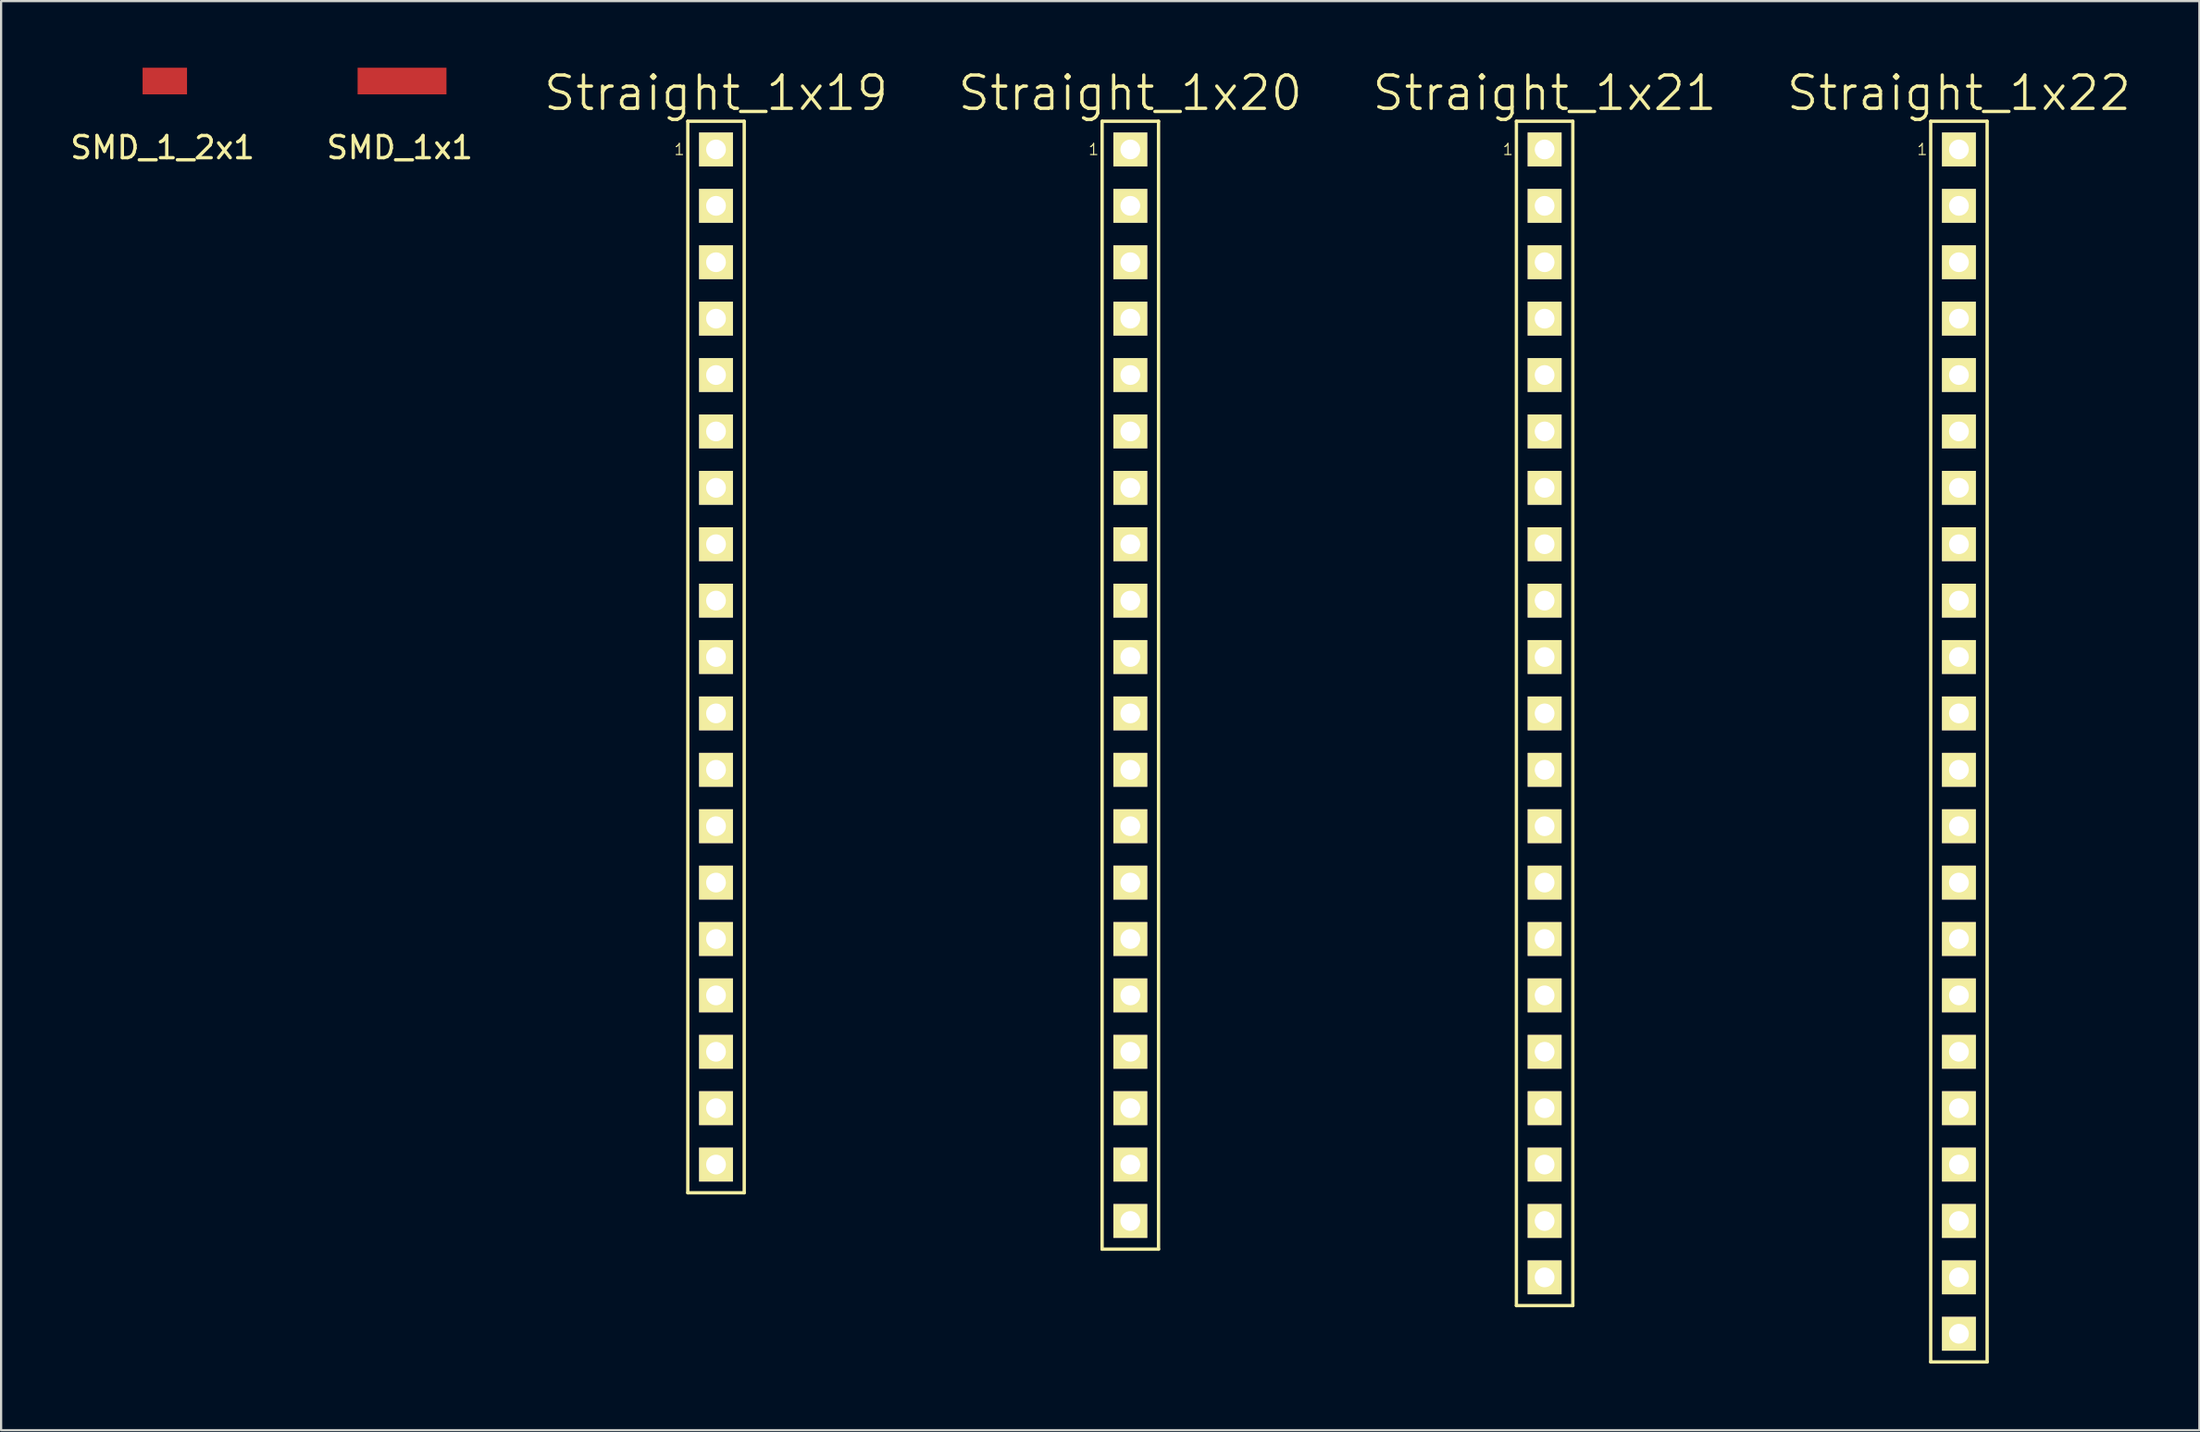
<source format=kicad_pcb>
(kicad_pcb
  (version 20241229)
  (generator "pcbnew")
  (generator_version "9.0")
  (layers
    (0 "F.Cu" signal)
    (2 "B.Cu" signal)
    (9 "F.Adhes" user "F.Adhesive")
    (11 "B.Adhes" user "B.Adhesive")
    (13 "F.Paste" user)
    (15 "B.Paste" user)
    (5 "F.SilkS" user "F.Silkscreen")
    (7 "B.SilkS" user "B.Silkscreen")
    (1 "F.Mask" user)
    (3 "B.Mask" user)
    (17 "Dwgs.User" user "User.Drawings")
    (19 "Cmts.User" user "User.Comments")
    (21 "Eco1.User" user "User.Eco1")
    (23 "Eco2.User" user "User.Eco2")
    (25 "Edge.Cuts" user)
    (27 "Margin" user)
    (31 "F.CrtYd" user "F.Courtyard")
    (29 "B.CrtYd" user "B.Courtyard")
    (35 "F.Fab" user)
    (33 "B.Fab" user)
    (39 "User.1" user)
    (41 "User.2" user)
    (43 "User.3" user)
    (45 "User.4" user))
  (footprint "SMD_1_2x1"
    (layer "F.Cu")
    (at 4.369 0.6)
    (property "Reference" "SMD_1_2x1" (at -0.102 2.997 0) (layer "F.SilkS") (effects (font (size 1 1) (thickness 0.15))))
    (attr through_hole)
    (pad "1" smd rect (at 0 0) (size 2 1.2) (layers "F.Cu" "F.Mask" "F.Paste")))
  (footprint "Straight_1x22"
    (layer "F.Cu")
    (at 85.132 30.351)
    (property "Reference" "Straight_1x22" (at 0 -29.21 0) (layer "F.SilkS") (effects (font (size 1.5 1.5) (thickness 0.15))))
    (attr through_hole)
    (fp_line (start -1.27 -27.94) (end 1.27 -27.94) (stroke (width 0.15) (type solid)) (layer "F.SilkS"))
    (fp_line (start -1.27 27.94) (end -1.27 -27.94) (stroke (width 0.15) (type solid)) (layer "F.SilkS"))
    (fp_line (start 1.27 -27.94) (end 1.27 27.94) (stroke (width 0.15) (type solid)) (layer "F.SilkS"))
    (fp_line (start 1.27 27.94) (end -1.27 27.94) (stroke (width 0.15) (type solid)) (layer "F.SilkS"))
    (fp_text user "1" (at -1.651 -26.67 0) (layer "F.SilkS") (effects (font (size 0.5 0.5) (thickness 0.05))))
    (pad "1" thru_hole rect (at 0 -26.67) (size 1.524 1.524) (drill 0.889) (layers "*.Cu" "*.Mask" "F.SilkS"))
    (pad "2" thru_hole rect (at 0 -24.13) (size 1.524 1.524) (drill 0.889) (layers "*.Cu" "*.Mask" "F.SilkS"))
    (pad "3" thru_hole rect (at 0 -21.59) (size 1.524 1.524) (drill 0.889) (layers "*.Cu" "*.Mask" "F.SilkS"))
    (pad "4" thru_hole rect (at 0 -19.05) (size 1.524 1.524) (drill 0.889) (layers "*.Cu" "*.Mask" "F.SilkS"))
    (pad "5" thru_hole rect (at 0 -16.51) (size 1.524 1.524) (drill 0.889) (layers "*.Cu" "*.Mask" "F.SilkS"))
    (pad "6" thru_hole rect (at 0 -13.97) (size 1.524 1.524) (drill 0.889) (layers "*.Cu" "*.Mask" "F.SilkS"))
    (pad "7" thru_hole rect (at 0 -11.43) (size 1.524 1.524) (drill 0.889) (layers "*.Cu" "*.Mask" "F.SilkS"))
    (pad "8" thru_hole rect (at 0 -8.89) (size 1.524 1.524) (drill 0.889) (layers "*.Cu" "*.Mask" "F.SilkS"))
    (pad "9" thru_hole rect (at 0 -6.35) (size 1.524 1.524) (drill 0.889) (layers "*.Cu" "*.Mask" "F.SilkS"))
    (pad "10" thru_hole rect (at 0 -3.81) (size 1.524 1.524) (drill 0.889) (layers "*.Cu" "*.Mask" "F.SilkS"))
    (pad "11" thru_hole rect (at 0 -1.27) (size 1.524 1.524) (drill 0.889) (layers "*.Cu" "*.Mask" "F.SilkS"))
    (pad "12" thru_hole rect (at 0 1.27) (size 1.524 1.524) (drill 0.889) (layers "*.Cu" "*.Mask" "F.SilkS"))
    (pad "13" thru_hole rect (at 0 3.81) (size 1.524 1.524) (drill 0.889) (layers "*.Cu" "*.Mask" "F.SilkS"))
    (pad "14" thru_hole rect (at 0 6.35) (size 1.524 1.524) (drill 0.889) (layers "*.Cu" "*.Mask" "F.SilkS"))
    (pad "15" thru_hole rect (at 0 8.89) (size 1.524 1.524) (drill 0.889) (layers "*.Cu" "*.Mask" "F.SilkS"))
    (pad "16" thru_hole rect (at 0 11.43) (size 1.524 1.524) (drill 0.889) (layers "*.Cu" "*.Mask" "F.SilkS"))
    (pad "17" thru_hole rect (at 0 13.97) (size 1.524 1.524) (drill 0.889) (layers "*.Cu" "*.Mask" "F.SilkS"))
    (pad "18" thru_hole rect (at 0 16.51) (size 1.524 1.524) (drill 0.889) (layers "*.Cu" "*.Mask" "F.SilkS"))
    (pad "19" thru_hole rect (at 0 19.05) (size 1.524 1.524) (drill 0.889) (layers "*.Cu" "*.Mask" "F.SilkS"))
    (pad "20" thru_hole rect (at 0 21.59) (size 1.524 1.524) (drill 0.889) (layers "*.Cu" "*.Mask" "F.SilkS"))
    (pad "21" thru_hole rect (at 0 24.13) (size 1.524 1.524) (drill 0.889) (layers "*.Cu" "*.Mask" "F.SilkS"))
    (pad "22" thru_hole rect (at 0 26.67) (size 1.524 1.524) (drill 0.889) (layers "*.Cu" "*.Mask" "F.SilkS")))
  (footprint "Straight_1x19"
    (layer "F.Cu")
    (at 29.182 26.541)
    (property "Reference" "Straight_1x19" (at 0 -25.4 0) (layer "F.SilkS") (effects (font (size 1.5 1.5) (thickness 0.15))))
    (attr through_hole)
    (fp_line (start -1.27 -24.13) (end 1.27 -24.13) (stroke (width 0.15) (type solid)) (layer "F.SilkS"))
    (fp_line (start -1.27 24.13) (end -1.27 -24.13) (stroke (width 0.15) (type solid)) (layer "F.SilkS"))
    (fp_line (start 1.27 -24.13) (end 1.27 24.13) (stroke (width 0.15) (type solid)) (layer "F.SilkS"))
    (fp_line (start 1.27 24.13) (end -1.27 24.13) (stroke (width 0.15) (type solid)) (layer "F.SilkS"))
    (fp_text user "1" (at -1.651 -22.86 0) (layer "F.SilkS") (effects (font (size 0.5 0.5) (thickness 0.05))))
    (pad "1" thru_hole rect (at 0 -22.86) (size 1.524 1.524) (drill 0.889) (layers "*.Cu" "*.Mask" "F.SilkS"))
    (pad "2" thru_hole rect (at 0 -20.32) (size 1.524 1.524) (drill 0.889) (layers "*.Cu" "*.Mask" "F.SilkS"))
    (pad "3" thru_hole rect (at 0 -17.78) (size 1.524 1.524) (drill 0.889) (layers "*.Cu" "*.Mask" "F.SilkS"))
    (pad "4" thru_hole rect (at 0 -15.24) (size 1.524 1.524) (drill 0.889) (layers "*.Cu" "*.Mask" "F.SilkS"))
    (pad "5" thru_hole rect (at 0 -12.7) (size 1.524 1.524) (drill 0.889) (layers "*.Cu" "*.Mask" "F.SilkS"))
    (pad "6" thru_hole rect (at 0 -10.16) (size 1.524 1.524) (drill 0.889) (layers "*.Cu" "*.Mask" "F.SilkS"))
    (pad "7" thru_hole rect (at 0 -7.62) (size 1.524 1.524) (drill 0.889) (layers "*.Cu" "*.Mask" "F.SilkS"))
    (pad "8" thru_hole rect (at 0 -5.08) (size 1.524 1.524) (drill 0.889) (layers "*.Cu" "*.Mask" "F.SilkS"))
    (pad "9" thru_hole rect (at 0 -2.54) (size 1.524 1.524) (drill 0.889) (layers "*.Cu" "*.Mask" "F.SilkS"))
    (pad "10" thru_hole rect (at 0 0) (size 1.524 1.524) (drill 0.889) (layers "*.Cu" "*.Mask" "F.SilkS"))
    (pad "11" thru_hole rect (at 0 2.54) (size 1.524 1.524) (drill 0.889) (layers "*.Cu" "*.Mask" "F.SilkS"))
    (pad "12" thru_hole rect (at 0 5.08) (size 1.524 1.524) (drill 0.889) (layers "*.Cu" "*.Mask" "F.SilkS"))
    (pad "13" thru_hole rect (at 0 7.62) (size 1.524 1.524) (drill 0.889) (layers "*.Cu" "*.Mask" "F.SilkS"))
    (pad "14" thru_hole rect (at 0 10.16) (size 1.524 1.524) (drill 0.889) (layers "*.Cu" "*.Mask" "F.SilkS"))
    (pad "15" thru_hole rect (at 0 12.7) (size 1.524 1.524) (drill 0.889) (layers "*.Cu" "*.Mask" "F.SilkS"))
    (pad "16" thru_hole rect (at 0 15.24) (size 1.524 1.524) (drill 0.889) (layers "*.Cu" "*.Mask" "F.SilkS"))
    (pad "17" thru_hole rect (at 0 17.78) (size 1.524 1.524) (drill 0.889) (layers "*.Cu" "*.Mask" "F.SilkS"))
    (pad "18" thru_hole rect (at 0 20.32) (size 1.524 1.524) (drill 0.889) (layers "*.Cu" "*.Mask" "F.SilkS"))
    (pad "19" thru_hole rect (at 0 22.86) (size 1.524 1.524) (drill 0.889) (layers "*.Cu" "*.Mask" "F.SilkS")))
  (footprint "Straight_1x20"
    (layer "F.Cu")
    (at 47.832 27.811)
    (property "Reference" "Straight_1x20" (at 0 -26.67 0) (layer "F.SilkS") (effects (font (size 1.5 1.5) (thickness 0.15))))
    (attr through_hole)
    (fp_line (start -1.27 -25.4) (end 1.27 -25.4) (stroke (width 0.15) (type solid)) (layer "F.SilkS"))
    (fp_line (start -1.27 25.4) (end -1.27 -25.4) (stroke (width 0.15) (type solid)) (layer "F.SilkS"))
    (fp_line (start 1.27 -25.4) (end 1.27 25.4) (stroke (width 0.15) (type solid)) (layer "F.SilkS"))
    (fp_line (start 1.27 25.4) (end -1.27 25.4) (stroke (width 0.15) (type solid)) (layer "F.SilkS"))
    (fp_text user "1" (at -1.651 -24.13 0) (layer "F.SilkS") (effects (font (size 0.5 0.5) (thickness 0.05))))
    (pad "1" thru_hole rect (at 0 -24.13) (size 1.524 1.524) (drill 0.889) (layers "*.Cu" "*.Mask" "F.SilkS"))
    (pad "2" thru_hole rect (at 0 -21.59) (size 1.524 1.524) (drill 0.889) (layers "*.Cu" "*.Mask" "F.SilkS"))
    (pad "3" thru_hole rect (at 0 -19.05) (size 1.524 1.524) (drill 0.889) (layers "*.Cu" "*.Mask" "F.SilkS"))
    (pad "4" thru_hole rect (at 0 -16.51) (size 1.524 1.524) (drill 0.889) (layers "*.Cu" "*.Mask" "F.SilkS"))
    (pad "5" thru_hole rect (at 0 -13.97) (size 1.524 1.524) (drill 0.889) (layers "*.Cu" "*.Mask" "F.SilkS"))
    (pad "6" thru_hole rect (at 0 -11.43) (size 1.524 1.524) (drill 0.889) (layers "*.Cu" "*.Mask" "F.SilkS"))
    (pad "7" thru_hole rect (at 0 -8.89) (size 1.524 1.524) (drill 0.889) (layers "*.Cu" "*.Mask" "F.SilkS"))
    (pad "8" thru_hole rect (at 0 -6.35) (size 1.524 1.524) (drill 0.889) (layers "*.Cu" "*.Mask" "F.SilkS"))
    (pad "9" thru_hole rect (at 0 -3.81) (size 1.524 1.524) (drill 0.889) (layers "*.Cu" "*.Mask" "F.SilkS"))
    (pad "10" thru_hole rect (at 0 -1.27) (size 1.524 1.524) (drill 0.889) (layers "*.Cu" "*.Mask" "F.SilkS"))
    (pad "11" thru_hole rect (at 0 1.27) (size 1.524 1.524) (drill 0.889) (layers "*.Cu" "*.Mask" "F.SilkS"))
    (pad "12" thru_hole rect (at 0 3.81) (size 1.524 1.524) (drill 0.889) (layers "*.Cu" "*.Mask" "F.SilkS"))
    (pad "13" thru_hole rect (at 0 6.35) (size 1.524 1.524) (drill 0.889) (layers "*.Cu" "*.Mask" "F.SilkS"))
    (pad "14" thru_hole rect (at 0 8.89) (size 1.524 1.524) (drill 0.889) (layers "*.Cu" "*.Mask" "F.SilkS"))
    (pad "15" thru_hole rect (at 0 11.43) (size 1.524 1.524) (drill 0.889) (layers "*.Cu" "*.Mask" "F.SilkS"))
    (pad "16" thru_hole rect (at 0 13.97) (size 1.524 1.524) (drill 0.889) (layers "*.Cu" "*.Mask" "F.SilkS"))
    (pad "17" thru_hole rect (at 0 16.51) (size 1.524 1.524) (drill 0.889) (layers "*.Cu" "*.Mask" "F.SilkS"))
    (pad "18" thru_hole rect (at 0 19.05) (size 1.524 1.524) (drill 0.889) (layers "*.Cu" "*.Mask" "F.SilkS"))
    (pad "19" thru_hole rect (at 0 21.59) (size 1.524 1.524) (drill 0.889) (layers "*.Cu" "*.Mask" "F.SilkS"))
    (pad "20" thru_hole rect (at 0 24.13) (size 1.524 1.524) (drill 0.889) (layers "*.Cu" "*.Mask" "F.SilkS")))
  (footprint "SMD_1x1"
    (layer "F.Cu")
    (at 15.048 0.6)
    (property "Reference" "SMD_1x1" (at -0.102 2.997 0) (layer "F.SilkS") (effects (font (size 1 1) (thickness 0.15))))
    (attr through_hole)
    (pad "1" smd rect (at 0 0) (size 4 1.2) (layers "F.Cu" "F.Mask" "F.Paste")))
  (footprint "Straight_1x21"
    (layer "F.Cu")
    (at 66.482 29.081)
    (property "Reference" "Straight_1x21" (at 0 -27.94 0) (layer "F.SilkS") (effects (font (size 1.5 1.5) (thickness 0.15))))
    (attr through_hole)
    (fp_line (start -1.27 -26.67) (end 1.27 -26.67) (stroke (width 0.15) (type solid)) (layer "F.SilkS"))
    (fp_line (start -1.27 26.67) (end -1.27 -26.67) (stroke (width 0.15) (type solid)) (layer "F.SilkS"))
    (fp_line (start 1.27 -26.67) (end 1.27 26.67) (stroke (width 0.15) (type solid)) (layer "F.SilkS"))
    (fp_line (start 1.27 26.67) (end -1.27 26.67) (stroke (width 0.15) (type solid)) (layer "F.SilkS"))
    (fp_text user "1" (at -1.651 -25.4 0) (layer "F.SilkS") (effects (font (size 0.5 0.5) (thickness 0.05))))
    (pad "1" thru_hole rect (at 0 -25.4) (size 1.524 1.524) (drill 0.889) (layers "*.Cu" "*.Mask" "F.SilkS"))
    (pad "2" thru_hole rect (at 0 -22.86) (size 1.524 1.524) (drill 0.889) (layers "*.Cu" "*.Mask" "F.SilkS"))
    (pad "3" thru_hole rect (at 0 -20.32) (size 1.524 1.524) (drill 0.889) (layers "*.Cu" "*.Mask" "F.SilkS"))
    (pad "4" thru_hole rect (at 0 -17.78) (size 1.524 1.524) (drill 0.889) (layers "*.Cu" "*.Mask" "F.SilkS"))
    (pad "5" thru_hole rect (at 0 -15.24) (size 1.524 1.524) (drill 0.889) (layers "*.Cu" "*.Mask" "F.SilkS"))
    (pad "6" thru_hole rect (at 0 -12.7) (size 1.524 1.524) (drill 0.889) (layers "*.Cu" "*.Mask" "F.SilkS"))
    (pad "7" thru_hole rect (at 0 -10.16) (size 1.524 1.524) (drill 0.889) (layers "*.Cu" "*.Mask" "F.SilkS"))
    (pad "8" thru_hole rect (at 0 -7.62) (size 1.524 1.524) (drill 0.889) (layers "*.Cu" "*.Mask" "F.SilkS"))
    (pad "9" thru_hole rect (at 0 -5.08) (size 1.524 1.524) (drill 0.889) (layers "*.Cu" "*.Mask" "F.SilkS"))
    (pad "10" thru_hole rect (at 0 -2.54) (size 1.524 1.524) (drill 0.889) (layers "*.Cu" "*.Mask" "F.SilkS"))
    (pad "11" thru_hole rect (at 0 0) (size 1.524 1.524) (drill 0.889) (layers "*.Cu" "*.Mask" "F.SilkS"))
    (pad "12" thru_hole rect (at 0 2.54) (size 1.524 1.524) (drill 0.889) (layers "*.Cu" "*.Mask" "F.SilkS"))
    (pad "13" thru_hole rect (at 0 5.08) (size 1.524 1.524) (drill 0.889) (layers "*.Cu" "*.Mask" "F.SilkS"))
    (pad "14" thru_hole rect (at 0 7.62) (size 1.524 1.524) (drill 0.889) (layers "*.Cu" "*.Mask" "F.SilkS"))
    (pad "15" thru_hole rect (at 0 10.16) (size 1.524 1.524) (drill 0.889) (layers "*.Cu" "*.Mask" "F.SilkS"))
    (pad "16" thru_hole rect (at 0 12.7) (size 1.524 1.524) (drill 0.889) (layers "*.Cu" "*.Mask" "F.SilkS"))
    (pad "17" thru_hole rect (at 0 15.24) (size 1.524 1.524) (drill 0.889) (layers "*.Cu" "*.Mask" "F.SilkS"))
    (pad "18" thru_hole rect (at 0 17.78) (size 1.524 1.524) (drill 0.889) (layers "*.Cu" "*.Mask" "F.SilkS"))
    (pad "19" thru_hole rect (at 0 20.32) (size 1.524 1.524) (drill 0.889) (layers "*.Cu" "*.Mask" "F.SilkS"))
    (pad "20" thru_hole rect (at 0 22.86) (size 1.524 1.524) (drill 0.889) (layers "*.Cu" "*.Mask" "F.SilkS"))
    (pad "21" thru_hole rect (at 0 25.4) (size 1.524 1.524) (drill 0.889) (layers "*.Cu" "*.Mask" "F.SilkS")))
  (gr_rect
    (start -3 -3)
    (end 95.957 61.366)
    (stroke (width 0.1) (type default))
    (fill no)
    (layer "Edge.Cuts")))
</source>
